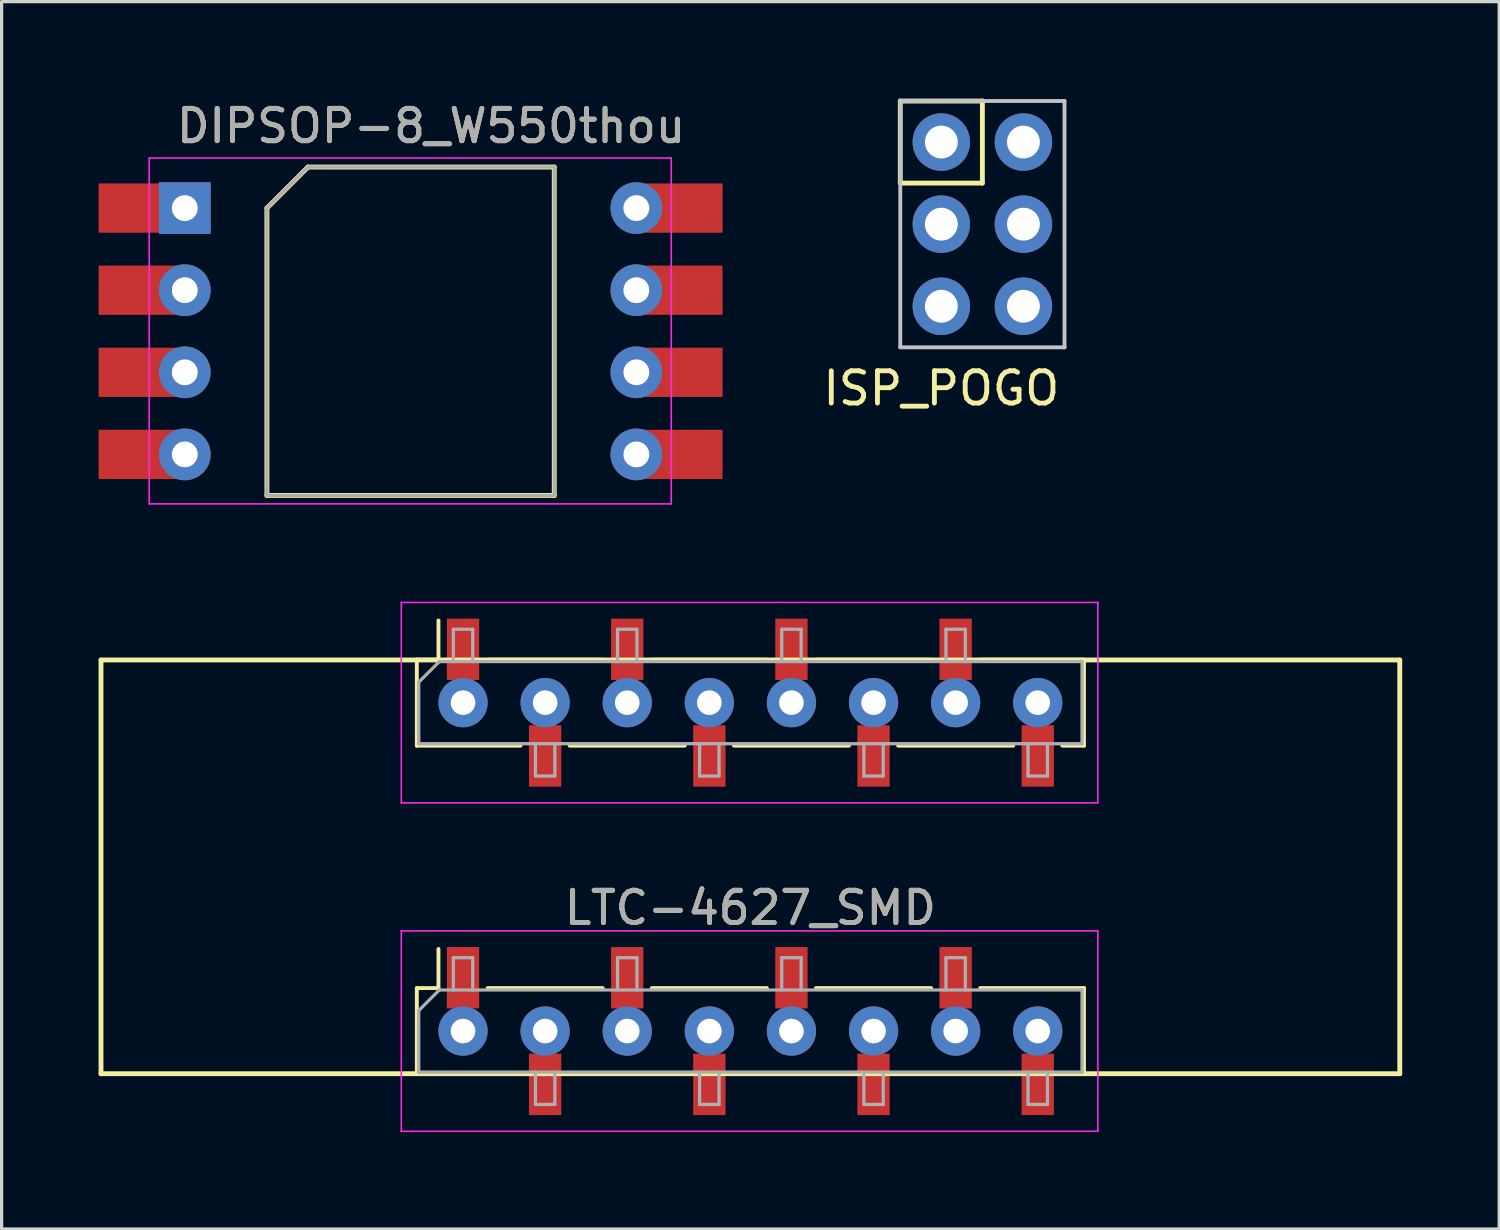
<source format=kicad_pcb>
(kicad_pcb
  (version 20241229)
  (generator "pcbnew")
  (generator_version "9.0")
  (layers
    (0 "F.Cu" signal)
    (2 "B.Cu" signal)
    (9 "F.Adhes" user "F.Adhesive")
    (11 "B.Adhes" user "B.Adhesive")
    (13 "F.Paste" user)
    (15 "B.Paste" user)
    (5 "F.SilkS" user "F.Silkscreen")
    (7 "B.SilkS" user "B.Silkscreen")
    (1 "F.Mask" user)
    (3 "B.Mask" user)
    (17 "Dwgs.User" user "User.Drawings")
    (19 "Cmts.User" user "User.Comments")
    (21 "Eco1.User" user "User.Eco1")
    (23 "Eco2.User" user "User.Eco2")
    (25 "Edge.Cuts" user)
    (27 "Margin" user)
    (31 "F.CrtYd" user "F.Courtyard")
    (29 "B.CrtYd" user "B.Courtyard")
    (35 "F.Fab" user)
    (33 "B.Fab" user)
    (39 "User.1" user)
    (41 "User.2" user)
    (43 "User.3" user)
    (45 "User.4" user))
  (footprint "ISP_POGO"
    (layer "F.Cu")
    (at 26.072 1.345)
    (property "Reference" "ISP_POGO" (at 0 7.62 0) (unlocked yes) (layer "F.SilkS") (effects (font (size 1 1) (thickness 0.15))))
    (attr through_hole)
    (fp_line (start -1.27 -1.27) (end -1.27 1.27) (stroke (width 0.15) (type solid)) (layer "F.SilkS"))
    (fp_line (start -1.27 1.27) (end 1.27 1.27) (stroke (width 0.15) (type solid)) (layer "F.SilkS"))
    (fp_line (start 1.27 -1.27) (end -1.27 -1.27) (stroke (width 0.15) (type solid)) (layer "F.SilkS"))
    (fp_line (start 1.27 1.27) (end 1.27 -1.27) (stroke (width 0.15) (type solid)) (layer "F.SilkS"))
    (fp_line (start -1.27 -1.27) (end -1.27 6.35) (stroke (width 0.12) (type solid)) (layer "Dwgs.User"))
    (fp_line (start -1.27 6.35) (end 3.81 6.35) (stroke (width 0.12) (type solid)) (layer "Dwgs.User"))
    (fp_line (start 3.81 -1.27) (end -1.27 -1.27) (stroke (width 0.12) (type solid)) (layer "Dwgs.User"))
    (fp_line (start 3.81 6.35) (end 3.81 -1.27) (stroke (width 0.12) (type solid)) (layer "Dwgs.User"))
    (pad "1" thru_hole circle (at 0 0) (size 1.778 1.778) (drill 1.016) (layers "*.Cu" "*.Mask"))
    (pad "2" thru_hole circle (at 2.54 0) (size 1.778 1.778) (drill 1.016) (layers "*.Cu" "*.Mask"))
    (pad "3" thru_hole circle (at 0 2.54) (size 1.778 1.778) (drill 1.016) (layers "*.Cu" "*.Mask"))
    (pad "4" thru_hole circle (at 2.54 2.54) (size 1.778 1.778) (drill 1.016) (layers "*.Cu" "*.Mask"))
    (pad "5" thru_hole circle (at 0 5.08) (size 1.778 1.778) (drill 1.016) (layers "*.Cu" "*.Mask"))
    (pad "6" thru_hole circle (at 2.54 5.08) (size 1.778 1.778) (drill 1.016) (layers "*.Cu" "*.Mask")))
  (footprint "DIPSOP-8_W550thou"
    (layer "F.Cu")
    (at 2.667 3.388)
    (property "Reference" "DIPSOP-8_W550thou" (at 7.62 -2.54 0) (layer "F.SilkS") (effects (font (size 1 1) (thickness 0.15))))
    (attr through_hole)
    (fp_line (start 2.54 0) (end 2.54 8.89) (stroke (width 0.15) (type solid)) (layer "F.SilkS"))
    (fp_line (start 2.54 8.89) (end 11.43 8.89) (stroke (width 0.15) (type solid)) (layer "F.SilkS"))
    (fp_line (start 3.81 -1.27) (end 2.54 0) (stroke (width 0.15) (type solid)) (layer "F.SilkS"))
    (fp_line (start 11.43 -1.27) (end 3.81 -1.27) (stroke (width 0.15) (type solid)) (layer "F.SilkS"))
    (fp_line (start 11.43 8.89) (end 11.43 -1.27) (stroke (width 0.15) (type solid)) (layer "F.SilkS"))
    (fp_line (start -1.1 -1.55) (end -1.1 9.15) (stroke (width 0.05) (type solid)) (layer "F.CrtYd"))
    (fp_line (start -1.1 9.15) (end 15.05 9.15) (stroke (width 0.05) (type solid)) (layer "F.CrtYd"))
    (fp_line (start 15.05 -1.55) (end -1.1 -1.55) (stroke (width 0.05) (type solid)) (layer "F.CrtYd"))
    (fp_line (start 15.05 9.15) (end 15.05 -1.55) (stroke (width 0.05) (type solid)) (layer "F.CrtYd"))
    (fp_line (start 2.54 0) (end 3.81 -1.27) (stroke (width 0.1) (type solid)) (layer "F.Fab"))
    (fp_line (start 2.54 8.89) (end 2.54 0) (stroke (width 0.1) (type solid)) (layer "F.Fab"))
    (fp_line (start 3.81 -1.27) (end 11.43 -1.27) (stroke (width 0.1) (type solid)) (layer "F.Fab"))
    (fp_line (start 11.43 -1.27) (end 11.43 8.89) (stroke (width 0.1) (type solid)) (layer "F.Fab"))
    (fp_line (start 11.43 8.89) (end 2.54 8.89) (stroke (width 0.1) (type solid)) (layer "F.Fab"))
    (fp_text user "${REFERENCE}" (at 7.62 -2.54 0) (layer "F.Fab") (effects (font (size 1 1) (thickness 0.15))))
    (pad "1" smd rect (at -1.397 0) (size 2.54 1.524) (layers "F.Cu" "F.Mask" "F.Paste"))
    (pad "1" thru_hole rect (at 0 0) (size 1.6 1.6) (drill 0.8) (layers "*.Cu" "*.Mask"))
    (pad "2" smd rect (at -1.397 2.54) (size 2.54 1.524) (layers "F.Cu" "F.Mask" "F.Paste"))
    (pad "2" thru_hole oval (at 0 2.54) (size 1.6 1.6) (drill 0.8) (layers "*.Cu" "*.Mask"))
    (pad "3" smd rect (at -1.397 5.08) (size 2.54 1.524) (layers "F.Cu" "F.Mask" "F.Paste"))
    (pad "3" thru_hole oval (at 0 5.08) (size 1.6 1.6) (drill 0.8) (layers "*.Cu" "*.Mask"))
    (pad "4" smd rect (at -1.397 7.62) (size 2.54 1.524) (layers "F.Cu" "F.Mask" "F.Paste"))
    (pad "4" thru_hole oval (at 0 7.62) (size 1.6 1.6) (drill 0.8) (layers "*.Cu" "*.Mask"))
    (pad "5" thru_hole oval (at 13.97 7.62) (size 1.6 1.6) (drill 0.8) (layers "*.Cu" "*.Mask"))
    (pad "5" smd rect (at 15.367 7.62) (size 2.54 1.524) (layers "F.Cu" "F.Mask" "F.Paste"))
    (pad "6" thru_hole oval (at 13.97 5.08) (size 1.6 1.6) (drill 0.8) (layers "*.Cu" "*.Mask"))
    (pad "6" smd rect (at 15.367 5.08) (size 2.54 1.524) (layers "F.Cu" "F.Mask" "F.Paste"))
    (pad "7" thru_hole oval (at 13.97 2.54) (size 1.6 1.6) (drill 0.8) (layers "*.Cu" "*.Mask"))
    (pad "7" smd rect (at 15.367 2.54) (size 2.54 1.524) (layers "F.Cu" "F.Mask" "F.Paste"))
    (pad "8" thru_hole oval (at 13.97 0) (size 1.6 1.6) (drill 0.8) (layers "*.Cu" "*.Mask"))
    (pad "8" smd rect (at 15.367 0) (size 2.54 1.524) (layers "F.Cu" "F.Mask" "F.Paste")))
  (footprint "LTC-4627_SMD"
    (layer "F.Cu")
    (at 20.165 23.768)
    (property "Reference" "LTC-4627_SMD" (at 0 1.27 0) (layer "F.SilkS") (effects (font (size 1 1) (thickness 0.15))))
    (attr smd)
    (fp_line (start -20.09 -6.4) (end -20.09 6.4) (stroke (width 0.15) (type solid)) (layer "F.SilkS"))
    (fp_line (start -20.09 6.4) (end 20.09 6.4) (stroke (width 0.15) (type solid)) (layer "F.SilkS"))
    (fp_line (start -10.32 -6.41) (end -9.65 -6.41) (stroke (width 0.12) (type solid)) (layer "F.SilkS"))
    (fp_line (start -10.32 -3.75) (end -10.32 -6.41) (stroke (width 0.12) (type solid)) (layer "F.SilkS"))
    (fp_line (start -10.32 -3.75) (end -7.11 -3.75) (stroke (width 0.12) (type solid)) (layer "F.SilkS"))
    (fp_line (start -10.32 3.75) (end -9.65 3.75) (stroke (width 0.12) (type solid)) (layer "F.SilkS"))
    (fp_line (start -10.32 6.41) (end -10.32 3.75) (stroke (width 0.12) (type solid)) (layer "F.SilkS"))
    (fp_line (start -10.32 6.41) (end -7.11 6.41) (stroke (width 0.12) (type solid)) (layer "F.SilkS"))
    (fp_line (start -9.65 -6.41) (end -9.65 -7.62) (stroke (width 0.12) (type solid)) (layer "F.SilkS"))
    (fp_line (start -9.65 3.75) (end -9.65 2.54) (stroke (width 0.12) (type solid)) (layer "F.SilkS"))
    (fp_line (start -8.13 -6.41) (end -4.57 -6.41) (stroke (width 0.12) (type solid)) (layer "F.SilkS"))
    (fp_line (start -8.13 3.75) (end -4.57 3.75) (stroke (width 0.12) (type solid)) (layer "F.SilkS"))
    (fp_line (start -5.59 -3.75) (end -2.03 -3.75) (stroke (width 0.12) (type solid)) (layer "F.SilkS"))
    (fp_line (start -5.59 6.41) (end -2.03 6.41) (stroke (width 0.12) (type solid)) (layer "F.SilkS"))
    (fp_line (start -3.05 -6.41) (end 0.51 -6.41) (stroke (width 0.12) (type solid)) (layer "F.SilkS"))
    (fp_line (start -3.05 3.75) (end 0.51 3.75) (stroke (width 0.12) (type solid)) (layer "F.SilkS"))
    (fp_line (start -0.51 -3.75) (end 3.05 -3.75) (stroke (width 0.12) (type solid)) (layer "F.SilkS"))
    (fp_line (start -0.51 6.41) (end 3.05 6.41) (stroke (width 0.12) (type solid)) (layer "F.SilkS"))
    (fp_line (start 2.03 -6.41) (end 5.59 -6.41) (stroke (width 0.12) (type solid)) (layer "F.SilkS"))
    (fp_line (start 2.03 3.75) (end 5.59 3.75) (stroke (width 0.12) (type solid)) (layer "F.SilkS"))
    (fp_line (start 4.57 -3.75) (end 8.13 -3.75) (stroke (width 0.12) (type solid)) (layer "F.SilkS"))
    (fp_line (start 4.57 6.41) (end 8.13 6.41) (stroke (width 0.12) (type solid)) (layer "F.SilkS"))
    (fp_line (start 7.11 -6.41) (end 10.32 -6.41) (stroke (width 0.12) (type solid)) (layer "F.SilkS"))
    (fp_line (start 7.11 3.75) (end 10.32 3.75) (stroke (width 0.12) (type solid)) (layer "F.SilkS"))
    (fp_line (start 9.65 -3.75) (end 10.32 -3.75) (stroke (width 0.12) (type solid)) (layer "F.SilkS"))
    (fp_line (start 9.65 6.41) (end 10.32 6.41) (stroke (width 0.12) (type solid)) (layer "F.SilkS"))
    (fp_line (start 10.32 -3.75) (end 10.32 -6.41) (stroke (width 0.12) (type solid)) (layer "F.SilkS"))
    (fp_line (start 10.32 6.41) (end 10.32 3.75) (stroke (width 0.12) (type solid)) (layer "F.SilkS"))
    (fp_line (start 20.09 -6.4) (end -20.09 -6.4) (stroke (width 0.15) (type solid)) (layer "F.SilkS"))
    (fp_line (start 20.09 -6.4) (end 20.09 6.4) (stroke (width 0.15) (type solid)) (layer "F.SilkS"))
    (fp_line (start -10.8 -8.18) (end 10.75 -8.18) (stroke (width 0.05) (type solid)) (layer "F.CrtYd"))
    (fp_line (start -10.8 -1.98) (end -10.8 -8.18) (stroke (width 0.05) (type solid)) (layer "F.CrtYd"))
    (fp_line (start -10.8 1.98) (end 10.75 1.98) (stroke (width 0.05) (type solid)) (layer "F.CrtYd"))
    (fp_line (start -10.8 8.18) (end -10.8 1.98) (stroke (width 0.05) (type solid)) (layer "F.CrtYd"))
    (fp_line (start 10.75 -8.18) (end 10.75 -1.98) (stroke (width 0.05) (type solid)) (layer "F.CrtYd"))
    (fp_line (start 10.75 -1.98) (end -10.8 -1.98) (stroke (width 0.05) (type solid)) (layer "F.CrtYd"))
    (fp_line (start 10.75 1.98) (end 10.75 8.18) (stroke (width 0.05) (type solid)) (layer "F.CrtYd"))
    (fp_line (start 10.75 8.18) (end -10.8 8.18) (stroke (width 0.05) (type solid)) (layer "F.CrtYd"))
    (fp_line (start -10.26 -5.715) (end -9.625 -6.35) (stroke (width 0.1) (type solid)) (layer "F.Fab"))
    (fp_line (start -10.26 -3.81) (end -10.26 -5.715) (stroke (width 0.1) (type solid)) (layer "F.Fab"))
    (fp_line (start -10.26 4.445) (end -9.625 3.81) (stroke (width 0.1) (type solid)) (layer "F.Fab"))
    (fp_line (start -10.26 6.35) (end -10.26 4.445) (stroke (width 0.1) (type solid)) (layer "F.Fab"))
    (fp_line (start -9.625 -6.35) (end 10.26 -6.35) (stroke (width 0.1) (type solid)) (layer "F.Fab"))
    (fp_line (start -9.625 3.81) (end 10.26 3.81) (stroke (width 0.1) (type solid)) (layer "F.Fab"))
    (fp_line (start -9.19 -7.35) (end -8.59 -7.35) (stroke (width 0.1) (type solid)) (layer "F.Fab"))
    (fp_line (start -9.19 -6.35) (end -9.19 -7.35) (stroke (width 0.1) (type solid)) (layer "F.Fab"))
    (fp_line (start -9.19 2.81) (end -8.59 2.81) (stroke (width 0.1) (type solid)) (layer "F.Fab"))
    (fp_line (start -9.19 3.81) (end -9.19 2.81) (stroke (width 0.1) (type solid)) (layer "F.Fab"))
    (fp_line (start -8.59 -7.35) (end -8.59 -6.35) (stroke (width 0.1) (type solid)) (layer "F.Fab"))
    (fp_line (start -8.59 2.81) (end -8.59 3.81) (stroke (width 0.1) (type solid)) (layer "F.Fab"))
    (fp_line (start -6.65 -2.81) (end -6.65 -3.81) (stroke (width 0.1) (type solid)) (layer "F.Fab"))
    (fp_line (start -6.65 7.35) (end -6.65 6.35) (stroke (width 0.1) (type solid)) (layer "F.Fab"))
    (fp_line (start -6.05 -3.81) (end -6.05 -2.81) (stroke (width 0.1) (type solid)) (layer "F.Fab"))
    (fp_line (start -6.05 -2.81) (end -6.65 -2.81) (stroke (width 0.1) (type solid)) (layer "F.Fab"))
    (fp_line (start -6.05 6.35) (end -6.05 7.35) (stroke (width 0.1) (type solid)) (layer "F.Fab"))
    (fp_line (start -6.05 7.35) (end -6.65 7.35) (stroke (width 0.1) (type solid)) (layer "F.Fab"))
    (fp_line (start -4.11 -7.35) (end -3.51 -7.35) (stroke (width 0.1) (type solid)) (layer "F.Fab"))
    (fp_line (start -4.11 -6.35) (end -4.11 -7.35) (stroke (width 0.1) (type solid)) (layer "F.Fab"))
    (fp_line (start -4.11 2.81) (end -3.51 2.81) (stroke (width 0.1) (type solid)) (layer "F.Fab"))
    (fp_line (start -4.11 3.81) (end -4.11 2.81) (stroke (width 0.1) (type solid)) (layer "F.Fab"))
    (fp_line (start -3.51 -7.35) (end -3.51 -6.35) (stroke (width 0.1) (type solid)) (layer "F.Fab"))
    (fp_line (start -3.51 2.81) (end -3.51 3.81) (stroke (width 0.1) (type solid)) (layer "F.Fab"))
    (fp_line (start -1.57 -2.81) (end -1.57 -3.81) (stroke (width 0.1) (type solid)) (layer "F.Fab"))
    (fp_line (start -1.57 7.35) (end -1.57 6.35) (stroke (width 0.1) (type solid)) (layer "F.Fab"))
    (fp_line (start -0.97 -3.81) (end -0.97 -2.81) (stroke (width 0.1) (type solid)) (layer "F.Fab"))
    (fp_line (start -0.97 -2.81) (end -1.57 -2.81) (stroke (width 0.1) (type solid)) (layer "F.Fab"))
    (fp_line (start -0.97 6.35) (end -0.97 7.35) (stroke (width 0.1) (type solid)) (layer "F.Fab"))
    (fp_line (start -0.97 7.35) (end -1.57 7.35) (stroke (width 0.1) (type solid)) (layer "F.Fab"))
    (fp_line (start 0.97 -7.35) (end 1.57 -7.35) (stroke (width 0.1) (type solid)) (layer "F.Fab"))
    (fp_line (start 0.97 -6.35) (end 0.97 -7.35) (stroke (width 0.1) (type solid)) (layer "F.Fab"))
    (fp_line (start 0.97 2.81) (end 1.57 2.81) (stroke (width 0.1) (type solid)) (layer "F.Fab"))
    (fp_line (start 0.97 3.81) (end 0.97 2.81) (stroke (width 0.1) (type solid)) (layer "F.Fab"))
    (fp_line (start 1.57 -7.35) (end 1.57 -6.35) (stroke (width 0.1) (type solid)) (layer "F.Fab"))
    (fp_line (start 1.57 2.81) (end 1.57 3.81) (stroke (width 0.1) (type solid)) (layer "F.Fab"))
    (fp_line (start 3.51 -2.81) (end 3.51 -3.81) (stroke (width 0.1) (type solid)) (layer "F.Fab"))
    (fp_line (start 3.51 7.35) (end 3.51 6.35) (stroke (width 0.1) (type solid)) (layer "F.Fab"))
    (fp_line (start 4.11 -3.81) (end 4.11 -2.81) (stroke (width 0.1) (type solid)) (layer "F.Fab"))
    (fp_line (start 4.11 -2.81) (end 3.51 -2.81) (stroke (width 0.1) (type solid)) (layer "F.Fab"))
    (fp_line (start 4.11 6.35) (end 4.11 7.35) (stroke (width 0.1) (type solid)) (layer "F.Fab"))
    (fp_line (start 4.11 7.35) (end 3.51 7.35) (stroke (width 0.1) (type solid)) (layer "F.Fab"))
    (fp_line (start 6.05 -7.35) (end 6.65 -7.35) (stroke (width 0.1) (type solid)) (layer "F.Fab"))
    (fp_line (start 6.05 -6.35) (end 6.05 -7.35) (stroke (width 0.1) (type solid)) (layer "F.Fab"))
    (fp_line (start 6.05 2.81) (end 6.65 2.81) (stroke (width 0.1) (type solid)) (layer "F.Fab"))
    (fp_line (start 6.05 3.81) (end 6.05 2.81) (stroke (width 0.1) (type solid)) (layer "F.Fab"))
    (fp_line (start 6.65 -7.35) (end 6.65 -6.35) (stroke (width 0.1) (type solid)) (layer "F.Fab"))
    (fp_line (start 6.65 2.81) (end 6.65 3.81) (stroke (width 0.1) (type solid)) (layer "F.Fab"))
    (fp_line (start 8.59 -2.81) (end 8.59 -3.81) (stroke (width 0.1) (type solid)) (layer "F.Fab"))
    (fp_line (start 8.59 7.35) (end 8.59 6.35) (stroke (width 0.1) (type solid)) (layer "F.Fab"))
    (fp_line (start 9.19 -3.81) (end 9.19 -2.81) (stroke (width 0.1) (type solid)) (layer "F.Fab"))
    (fp_line (start 9.19 -2.81) (end 8.59 -2.81) (stroke (width 0.1) (type solid)) (layer "F.Fab"))
    (fp_line (start 9.19 6.35) (end 9.19 7.35) (stroke (width 0.1) (type solid)) (layer "F.Fab"))
    (fp_line (start 9.19 7.35) (end 8.59 7.35) (stroke (width 0.1) (type solid)) (layer "F.Fab"))
    (fp_line (start 10.26 -6.35) (end 10.26 -3.81) (stroke (width 0.1) (type solid)) (layer "F.Fab"))
    (fp_line (start 10.26 -3.81) (end -10.26 -3.81) (stroke (width 0.1) (type solid)) (layer "F.Fab"))
    (fp_line (start 10.26 3.81) (end 10.26 6.35) (stroke (width 0.1) (type solid)) (layer "F.Fab"))
    (fp_line (start 10.26 6.35) (end -10.26 6.35) (stroke (width 0.1) (type solid)) (layer "F.Fab"))
    (fp_text user "${REFERENCE}" (at 0 1.27 180) (layer "F.Fab") (effects (font (size 1 1) (thickness 0.15))))
    (pad "1" smd rect (at -8.89 3.43 90) (size 1.9 1) (layers "F.Cu" "F.Mask" "F.Paste"))
    (pad "1" thru_hole circle (at -8.89 5.08) (size 1.524 1.524) (drill 0.762) (layers "*.Cu" "*.Mask"))
    (pad "2" thru_hole circle (at -6.35 5.08) (size 1.524 1.524) (drill 0.762) (layers "*.Cu" "*.Mask"))
    (pad "2" smd rect (at -6.35 6.73 90) (size 1.9 1) (layers "F.Cu" "F.Mask" "F.Paste"))
    (pad "3" smd rect (at -3.81 3.43 90) (size 1.9 1) (layers "F.Cu" "F.Mask" "F.Paste"))
    (pad "3" thru_hole circle (at -3.81 5.08) (size 1.524 1.524) (drill 0.762) (layers "*.Cu" "*.Mask"))
    (pad "4" thru_hole circle (at -1.27 5.08) (size 1.524 1.524) (drill 0.762) (layers "*.Cu" "*.Mask"))
    (pad "4" smd rect (at -1.27 6.73 90) (size 1.9 1) (layers "F.Cu" "F.Mask" "F.Paste"))
    (pad "5" smd rect (at 1.27 3.43 90) (size 1.9 1) (layers "F.Cu" "F.Mask" "F.Paste"))
    (pad "5" thru_hole circle (at 1.27 5.08) (size 1.524 1.524) (drill 0.762) (layers "*.Cu" "*.Mask"))
    (pad "6" thru_hole circle (at 3.81 5.08) (size 1.524 1.524) (drill 0.762) (layers "*.Cu" "*.Mask"))
    (pad "6" smd rect (at 3.81 6.73 90) (size 1.9 1) (layers "F.Cu" "F.Mask" "F.Paste"))
    (pad "7" smd rect (at 6.35 3.43 90) (size 1.9 1) (layers "F.Cu" "F.Mask" "F.Paste"))
    (pad "7" thru_hole circle (at 6.35 5.08) (size 1.524 1.524) (drill 0.762) (layers "*.Cu" "*.Mask"))
    (pad "8" thru_hole circle (at 8.89 5.08) (size 1.524 1.524) (drill 0.762) (layers "*.Cu" "*.Mask"))
    (pad "8" smd rect (at 8.89 6.73 90) (size 1.9 1) (layers "F.Cu" "F.Mask" "F.Paste"))
    (pad "9" thru_hole circle (at 8.89 -5.08) (size 1.524 1.524) (drill 0.762) (layers "*.Cu" "*.Mask"))
    (pad "9" smd rect (at 8.89 -3.43 90) (size 1.9 1) (layers "F.Cu" "F.Mask" "F.Paste"))
    (pad "10" smd rect (at 6.35 -6.73 90) (size 1.9 1) (layers "F.Cu" "F.Mask" "F.Paste"))
    (pad "10" thru_hole circle (at 6.35 -5.08) (size 1.524 1.524) (drill 0.762) (layers "*.Cu" "*.Mask"))
    (pad "11" thru_hole circle (at 3.81 -5.08) (size 1.524 1.524) (drill 0.762) (layers "*.Cu" "*.Mask"))
    (pad "11" smd rect (at 3.81 -3.43 90) (size 1.9 1) (layers "F.Cu" "F.Mask" "F.Paste"))
    (pad "12" smd rect (at 1.27 -6.73 90) (size 1.9 1) (layers "F.Cu" "F.Mask" "F.Paste"))
    (pad "12" thru_hole circle (at 1.27 -5.08) (size 1.524 1.524) (drill 0.762) (layers "*.Cu" "*.Mask"))
    (pad "13" thru_hole circle (at -1.27 -5.08) (size 1.524 1.524) (drill 0.762) (layers "*.Cu" "*.Mask"))
    (pad "13" smd rect (at -1.27 -3.43 90) (size 1.9 1) (layers "F.Cu" "F.Mask" "F.Paste"))
    (pad "14" smd rect (at -3.81 -6.73 90) (size 1.9 1) (layers "F.Cu" "F.Mask" "F.Paste"))
    (pad "14" thru_hole circle (at -3.81 -5.08) (size 1.524 1.524) (drill 0.762) (layers "*.Cu" "*.Mask"))
    (pad "15" thru_hole circle (at -6.35 -5.08) (size 1.524 1.524) (drill 0.762) (layers "*.Cu" "*.Mask"))
    (pad "15" smd rect (at -6.35 -3.43 90) (size 1.9 1) (layers "F.Cu" "F.Mask" "F.Paste"))
    (pad "16" smd rect (at -8.89 -6.73 90) (size 1.9 1) (layers "F.Cu" "F.Mask" "F.Paste"))
    (pad "16" thru_hole circle (at -8.89 -5.08) (size 1.524 1.524) (drill 0.762) (layers "*.Cu" "*.Mask")))
  (gr_rect
    (start -3 -3)
    (end 43.33 34.973)
    (stroke (width 0.1) (type default))
    (fill no)
    (layer "Edge.Cuts")))
</source>
